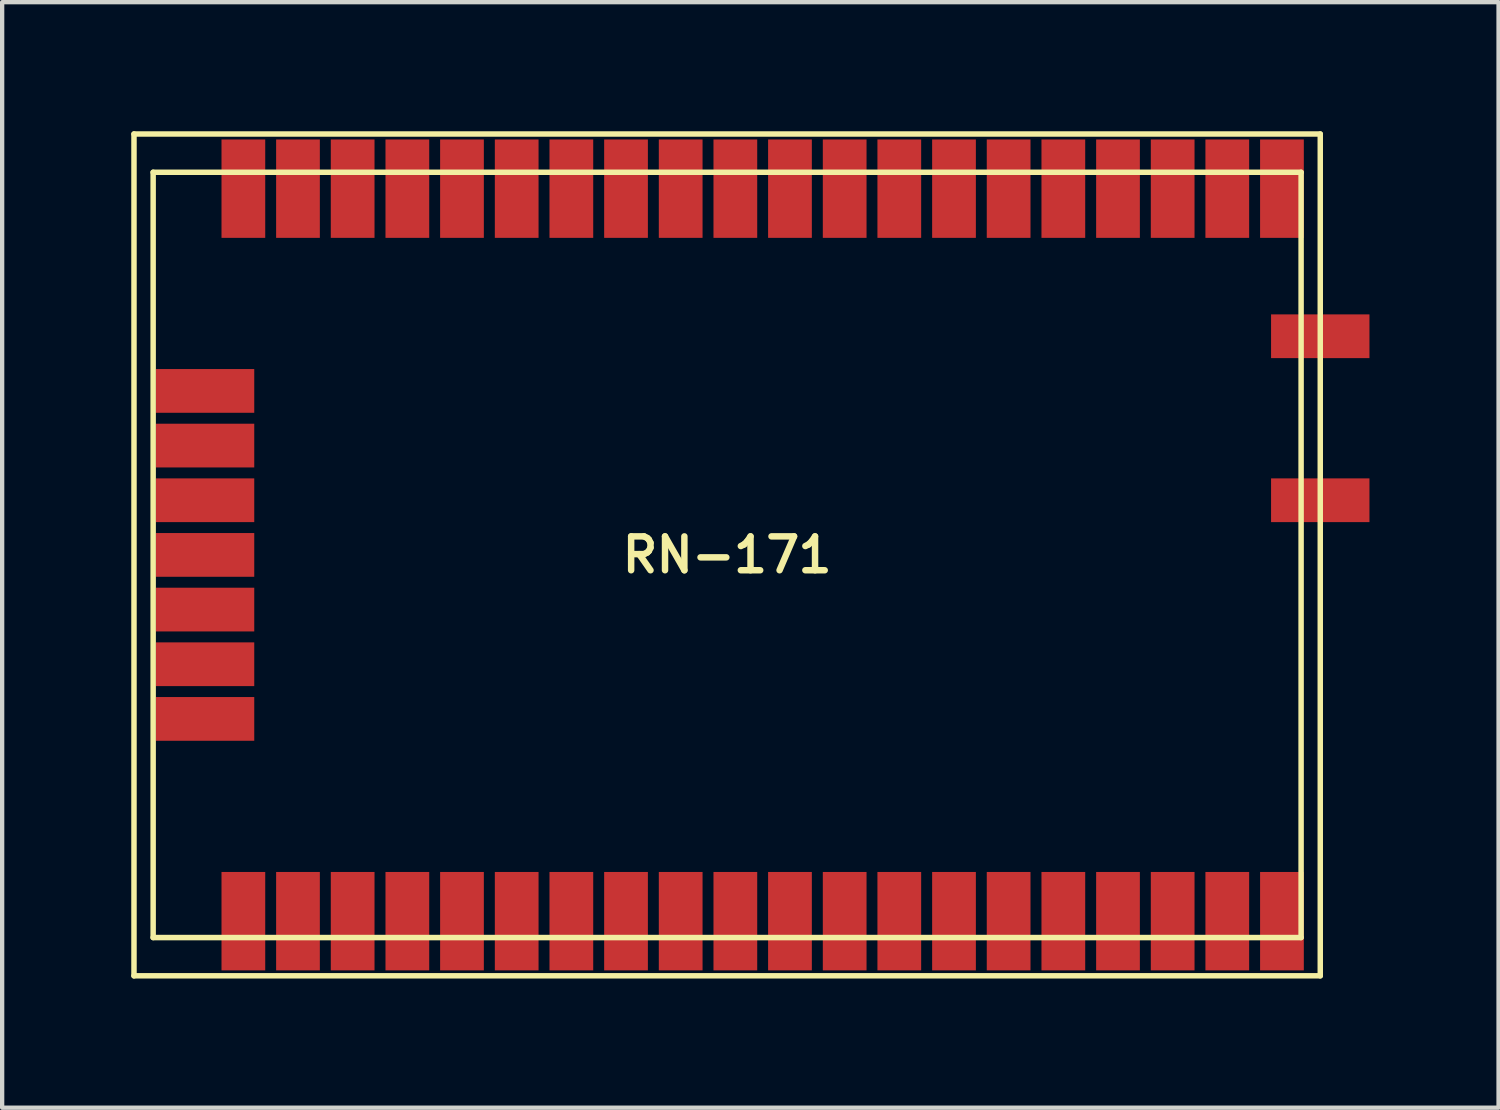
<source format=kicad_pcb>
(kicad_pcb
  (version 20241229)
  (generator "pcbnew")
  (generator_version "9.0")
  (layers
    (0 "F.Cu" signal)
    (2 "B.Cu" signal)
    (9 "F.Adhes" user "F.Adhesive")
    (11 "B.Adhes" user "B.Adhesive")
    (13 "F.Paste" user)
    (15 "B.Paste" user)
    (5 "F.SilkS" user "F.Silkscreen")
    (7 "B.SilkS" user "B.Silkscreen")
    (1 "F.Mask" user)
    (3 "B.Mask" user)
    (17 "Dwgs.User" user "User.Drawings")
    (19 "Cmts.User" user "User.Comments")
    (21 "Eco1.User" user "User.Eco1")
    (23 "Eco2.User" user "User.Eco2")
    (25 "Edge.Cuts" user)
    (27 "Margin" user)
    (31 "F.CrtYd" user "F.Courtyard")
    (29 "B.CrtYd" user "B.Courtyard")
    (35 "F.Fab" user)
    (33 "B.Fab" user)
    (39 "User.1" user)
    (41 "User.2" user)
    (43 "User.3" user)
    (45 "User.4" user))
  (footprint "RN-171"
    (layer "F.Cu")
    (at 13.843 9.842)
    (property "Reference" "RN-171" (at 0 0 0) (layer "F.SilkS") (effects (font (size 0.787 0.787) (thickness 0.15))))
    (attr smd)
    (fp_line (start -13.78 -9.779) (end 13.78 -9.779) (stroke (width 0.127) (type solid)) (layer "F.SilkS"))
    (fp_line (start -13.78 9.779) (end -13.78 -9.779) (stroke (width 0.127) (type solid)) (layer "F.SilkS"))
    (fp_line (start -13.335 -8.89) (end 13.335 -8.89) (stroke (width 0.127) (type solid)) (layer "F.SilkS"))
    (fp_line (start -13.335 8.89) (end -13.335 -8.89) (stroke (width 0.127) (type solid)) (layer "F.SilkS"))
    (fp_line (start 13.335 -8.89) (end 13.335 8.89) (stroke (width 0.127) (type solid)) (layer "F.SilkS"))
    (fp_line (start 13.335 8.89) (end -13.335 8.89) (stroke (width 0.127) (type solid)) (layer "F.SilkS"))
    (fp_line (start 13.78 -9.779) (end 13.78 9.779) (stroke (width 0.127) (type solid)) (layer "F.SilkS"))
    (fp_line (start 13.78 9.779) (end -13.78 9.779) (stroke (width 0.127) (type solid)) (layer "F.SilkS"))
    (pad "1" smd rect (at 12.89 -8.509) (size 1.016 2.286) (layers "F.Cu" "F.Mask" "F.Paste"))
    (pad "2" smd rect (at 11.62 -8.509) (size 1.016 2.286) (layers "F.Cu" "F.Mask" "F.Paste"))
    (pad "3" smd rect (at 10.351 -8.509) (size 1.016 2.286) (layers "F.Cu" "F.Mask" "F.Paste"))
    (pad "4" smd rect (at 9.081 -8.509) (size 1.016 2.286) (layers "F.Cu" "F.Mask" "F.Paste"))
    (pad "5" smd rect (at 7.811 -8.509) (size 1.016 2.286) (layers "F.Cu" "F.Mask" "F.Paste"))
    (pad "6" smd rect (at 6.54 -8.509) (size 1.016 2.286) (layers "F.Cu" "F.Mask" "F.Paste"))
    (pad "7" smd rect (at 5.271 -8.509) (size 1.016 2.286) (layers "F.Cu" "F.Mask" "F.Paste"))
    (pad "8" smd rect (at 4 -8.509) (size 1.016 2.286) (layers "F.Cu" "F.Mask" "F.Paste"))
    (pad "9" smd rect (at 2.731 -8.509) (size 1.016 2.286) (layers "F.Cu" "F.Mask" "F.Paste"))
    (pad "10" smd rect (at 1.46 -8.509) (size 1.016 2.286) (layers "F.Cu" "F.Mask" "F.Paste"))
    (pad "11" smd rect (at 0.191 -8.509) (size 1.016 2.286) (layers "F.Cu" "F.Mask" "F.Paste"))
    (pad "12" smd rect (at -1.079 -8.509) (size 1.016 2.286) (layers "F.Cu" "F.Mask" "F.Paste"))
    (pad "13" smd rect (at -2.349 -8.509) (size 1.016 2.286) (layers "F.Cu" "F.Mask" "F.Paste"))
    (pad "14" smd rect (at -3.619 -8.509) (size 1.016 2.286) (layers "F.Cu" "F.Mask" "F.Paste"))
    (pad "15" smd rect (at -4.889 -8.509) (size 1.016 2.286) (layers "F.Cu" "F.Mask" "F.Paste"))
    (pad "16" smd rect (at -6.16 -8.509) (size 1.016 2.286) (layers "F.Cu" "F.Mask" "F.Paste"))
    (pad "17" smd rect (at -7.429 -8.509) (size 1.016 2.286) (layers "F.Cu" "F.Mask" "F.Paste"))
    (pad "18" smd rect (at -8.7 -8.509) (size 1.016 2.286) (layers "F.Cu" "F.Mask" "F.Paste"))
    (pad "19" smd rect (at -9.97 -8.509) (size 1.016 2.286) (layers "F.Cu" "F.Mask" "F.Paste"))
    (pad "20" smd rect (at -11.239 -8.509) (size 1.016 2.286) (layers "F.Cu" "F.Mask" "F.Paste"))
    (pad "21" smd rect (at -12.129 -3.81) (size 2.286 1.016) (layers "F.Cu" "F.Mask" "F.Paste"))
    (pad "22" smd rect (at -12.129 -2.54) (size 2.286 1.016) (layers "F.Cu" "F.Mask" "F.Paste"))
    (pad "23" smd rect (at -12.129 -1.27) (size 2.286 1.016) (layers "F.Cu" "F.Mask" "F.Paste"))
    (pad "24" smd rect (at -12.129 0) (size 2.286 1.016) (layers "F.Cu" "F.Mask" "F.Paste"))
    (pad "25" smd rect (at -12.129 1.27) (size 2.286 1.016) (layers "F.Cu" "F.Mask" "F.Paste"))
    (pad "26" smd rect (at -12.129 2.54) (size 2.286 1.016) (layers "F.Cu" "F.Mask" "F.Paste"))
    (pad "27" smd rect (at -12.129 3.81) (size 2.286 1.016) (layers "F.Cu" "F.Mask" "F.Paste"))
    (pad "28" smd rect (at -11.239 8.509) (size 1.016 2.286) (layers "F.Cu" "F.Mask" "F.Paste"))
    (pad "29" smd rect (at -9.97 8.509) (size 1.016 2.286) (layers "F.Cu" "F.Mask" "F.Paste"))
    (pad "30" smd rect (at -8.7 8.509) (size 1.016 2.286) (layers "F.Cu" "F.Mask" "F.Paste"))
    (pad "31" smd rect (at -7.429 8.509) (size 1.016 2.286) (layers "F.Cu" "F.Mask" "F.Paste"))
    (pad "32" smd rect (at -6.16 8.509) (size 1.016 2.286) (layers "F.Cu" "F.Mask" "F.Paste"))
    (pad "33" smd rect (at -4.889 8.509) (size 1.016 2.286) (layers "F.Cu" "F.Mask" "F.Paste"))
    (pad "34" smd rect (at -3.619 8.509) (size 1.016 2.286) (layers "F.Cu" "F.Mask" "F.Paste"))
    (pad "35" smd rect (at -2.349 8.509) (size 1.016 2.286) (layers "F.Cu" "F.Mask" "F.Paste"))
    (pad "36" smd rect (at -1.079 8.509) (size 1.016 2.286) (layers "F.Cu" "F.Mask" "F.Paste"))
    (pad "37" smd rect (at 0.191 8.509) (size 1.016 2.286) (layers "F.Cu" "F.Mask" "F.Paste"))
    (pad "38" smd rect (at 1.46 8.509) (size 1.016 2.286) (layers "F.Cu" "F.Mask" "F.Paste"))
    (pad "39" smd rect (at 2.731 8.509) (size 1.016 2.286) (layers "F.Cu" "F.Mask" "F.Paste"))
    (pad "40" smd rect (at 4 8.509) (size 1.016 2.286) (layers "F.Cu" "F.Mask" "F.Paste"))
    (pad "41" smd rect (at 5.271 8.509) (size 1.016 2.286) (layers "F.Cu" "F.Mask" "F.Paste"))
    (pad "42" smd rect (at 6.54 8.509) (size 1.016 2.286) (layers "F.Cu" "F.Mask" "F.Paste"))
    (pad "43" smd rect (at 7.811 8.509) (size 1.016 2.286) (layers "F.Cu" "F.Mask" "F.Paste"))
    (pad "44" smd rect (at 9.081 8.509) (size 1.016 2.286) (layers "F.Cu" "F.Mask" "F.Paste"))
    (pad "45" smd rect (at 10.351 8.509) (size 1.016 2.286) (layers "F.Cu" "F.Mask" "F.Paste"))
    (pad "46" smd rect (at 11.62 8.509) (size 1.016 2.286) (layers "F.Cu" "F.Mask" "F.Paste"))
    (pad "47" smd rect (at 12.89 8.509) (size 1.016 2.286) (layers "F.Cu" "F.Mask" "F.Paste"))
    (pad "48" smd rect (at 13.78 -5.08) (size 2.286 1.016) (layers "F.Cu" "F.Mask" "F.Paste"))
    (pad "49" smd rect (at 13.78 -1.27) (size 2.286 1.016) (layers "F.Cu" "F.Mask" "F.Paste")))
  (gr_rect
    (start -3 -3)
    (end 31.765 22.685)
    (stroke (width 0.1) (type default))
    (fill no)
    (layer "Edge.Cuts")))
</source>
